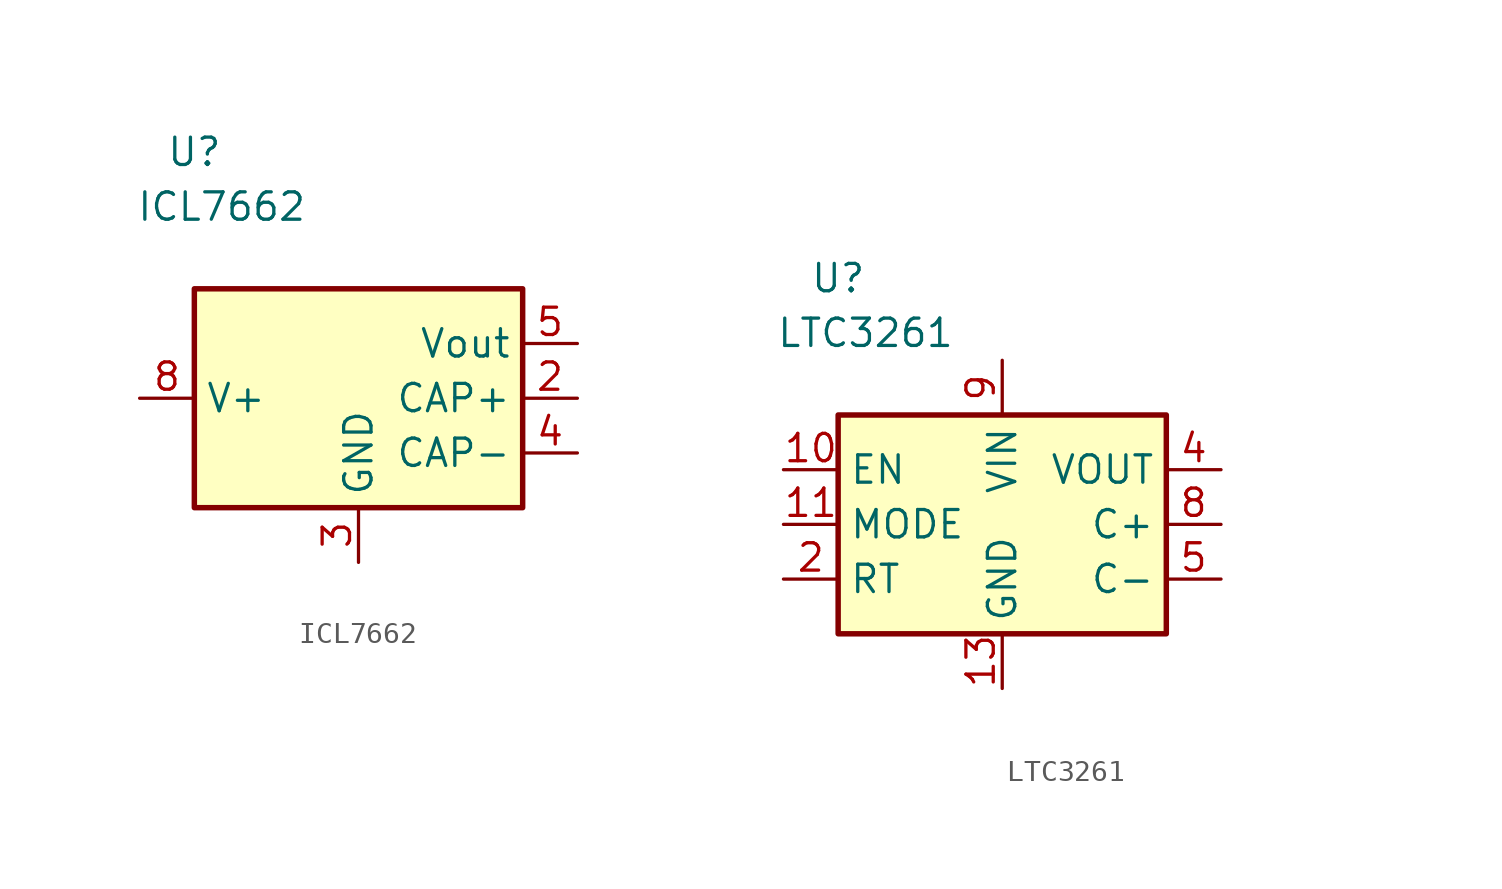
<source format=kicad_sym>
(kicad_symbol_lib
  (version 20211014)
  (generator kicad_symbol_editor)
  (symbol "ICL7662"
    (property "Reference" "U"
      (at -7.62 11.43 0)
      (effects (font (size 1.27 1.27))))
    (property "Value" "ICL7662"
      (at -6.35 8.89 0)
      (effects (font (size 1.27 1.27))))
    (symbol "ICL7662_0_1"
      (rectangle (start -7.62 5.08) (end 7.62 -5.08) (stroke (width 0.254) (type default) (color 0 0 0 0)) (fill (type background))))
    (symbol "ICL7662_1_1"
      (pin no_connect line (at -2.54 7.62 270) (length 2.54) hide (name "NC" (effects (font (size 1.27 1.27)))) (number "1" (effects (font (size 1.27 1.27)))))
      (pin bidirectional line (at 10.16 0 180) (length 2.54) (name "CAP+" (effects (font (size 1.27 1.27)))) (number "2" (effects (font (size 1.27 1.27)))))
      (pin power_in line (at 0 -7.62 90) (length 2.54) (name "GND" (effects (font (size 1.27 1.27)))) (number "3" (effects (font (size 1.27 1.27)))))
      (pin bidirectional line (at 10.16 -2.54 180) (length 2.54) (name "CAP-" (effects (font (size 1.27 1.27)))) (number "4" (effects (font (size 1.27 1.27)))))
      (pin power_out line (at 10.16 2.54 180) (length 2.54) (name "Vout" (effects (font (size 1.27 1.27)))) (number "5" (effects (font (size 1.27 1.27)))))
      (pin no_connect line (at 0 7.62 270) (length 2.54) hide (name "NC" (effects (font (size 1.27 1.27)))) (number "6" (effects (font (size 1.27 1.27)))))
      (pin no_connect line (at 2.54 7.62 270) (length 2.54) hide (name "NC" (effects (font (size 1.27 1.27)))) (number "7" (effects (font (size 1.27 1.27)))))
      (pin power_in line (at -10.16 0 0) (length 2.54) (name "V+" (effects (font (size 1.27 1.27)))) (number "8" (effects (font (size 1.27 1.27)))))))
  (symbol "LTC3261"
    (property "Reference" "U"
      (at -7.62 11.43 0)
      (effects (font (size 1.27 1.27))))
    (property "Value" "LTC3261"
      (at -6.35 8.89 0)
      (effects (font (size 1.27 1.27))))
    (symbol "LTC3261_0_1"
      (rectangle (start -7.62 5.08) (end 7.62 -5.08) (stroke (width 0.254) (type default) (color 0 0 0 0)) (fill (type background))))
    (symbol "LTC3261_1_1"
      (pin no_connect line (at 13.97 17.78 0) (length 2.54) hide (name "" (effects (font (size 1.27 1.27)))) (number "1" (effects (font (size 1.27 1.27)))))
      (pin input line (at -10.16 2.54 0) (length 2.54) (name "EN" (effects (font (size 1.27 1.27)))) (number "10" (effects (font (size 1.27 1.27)))))
      (pin input line (at -10.16 0 0) (length 2.54) (name "MODE" (effects (font (size 1.27 1.27)))) (number "11" (effects (font (size 1.27 1.27)))))
      (pin no_connect line (at 13.97 7.62 0) (length 2.54) hide (name "" (effects (font (size 1.27 1.27)))) (number "12" (effects (font (size 1.27 1.27)))))
      (pin power_in line (at 0 -7.62 90) (length 2.54) (name "GND" (effects (font (size 1.27 1.27)))) (number "13" (effects (font (size 1.27 1.27)))))
      (pin bidirectional line (at -10.16 -2.54 0) (length 2.54) (name "RT" (effects (font (size 1.27 1.27)))) (number "2" (effects (font (size 1.27 1.27)))))
      (pin no_connect line (at 13.97 15.24 0) (length 2.54) hide (name "" (effects (font (size 1.27 1.27)))) (number "3" (effects (font (size 1.27 1.27)))))
      (pin power_out line (at 10.16 2.54 180) (length 2.54) (name "VOUT" (effects (font (size 1.27 1.27)))) (number "4" (effects (font (size 1.27 1.27)))))
      (pin bidirectional line (at 10.16 -2.54 180) (length 2.54) (name "C-" (effects (font (size 1.27 1.27)))) (number "5" (effects (font (size 1.27 1.27)))))
      (pin no_connect line (at 13.97 12.7 0) (length 2.54) hide (name "" (effects (font (size 1.27 1.27)))) (number "6" (effects (font (size 1.27 1.27)))))
      (pin no_connect line (at 13.97 10.16 0) (length 2.54) hide (name "" (effects (font (size 1.27 1.27)))) (number "7" (effects (font (size 1.27 1.27)))))
      (pin bidirectional line (at 10.16 0 180) (length 2.54) (name "C+" (effects (font (size 1.27 1.27)))) (number "8" (effects (font (size 1.27 1.27)))))
      (pin power_in line (at 0 7.62 270) (length 2.54) (name "VIN" (effects (font (size 1.27 1.27)))) (number "9" (effects (font (size 1.27 1.27))))))))
</source>
